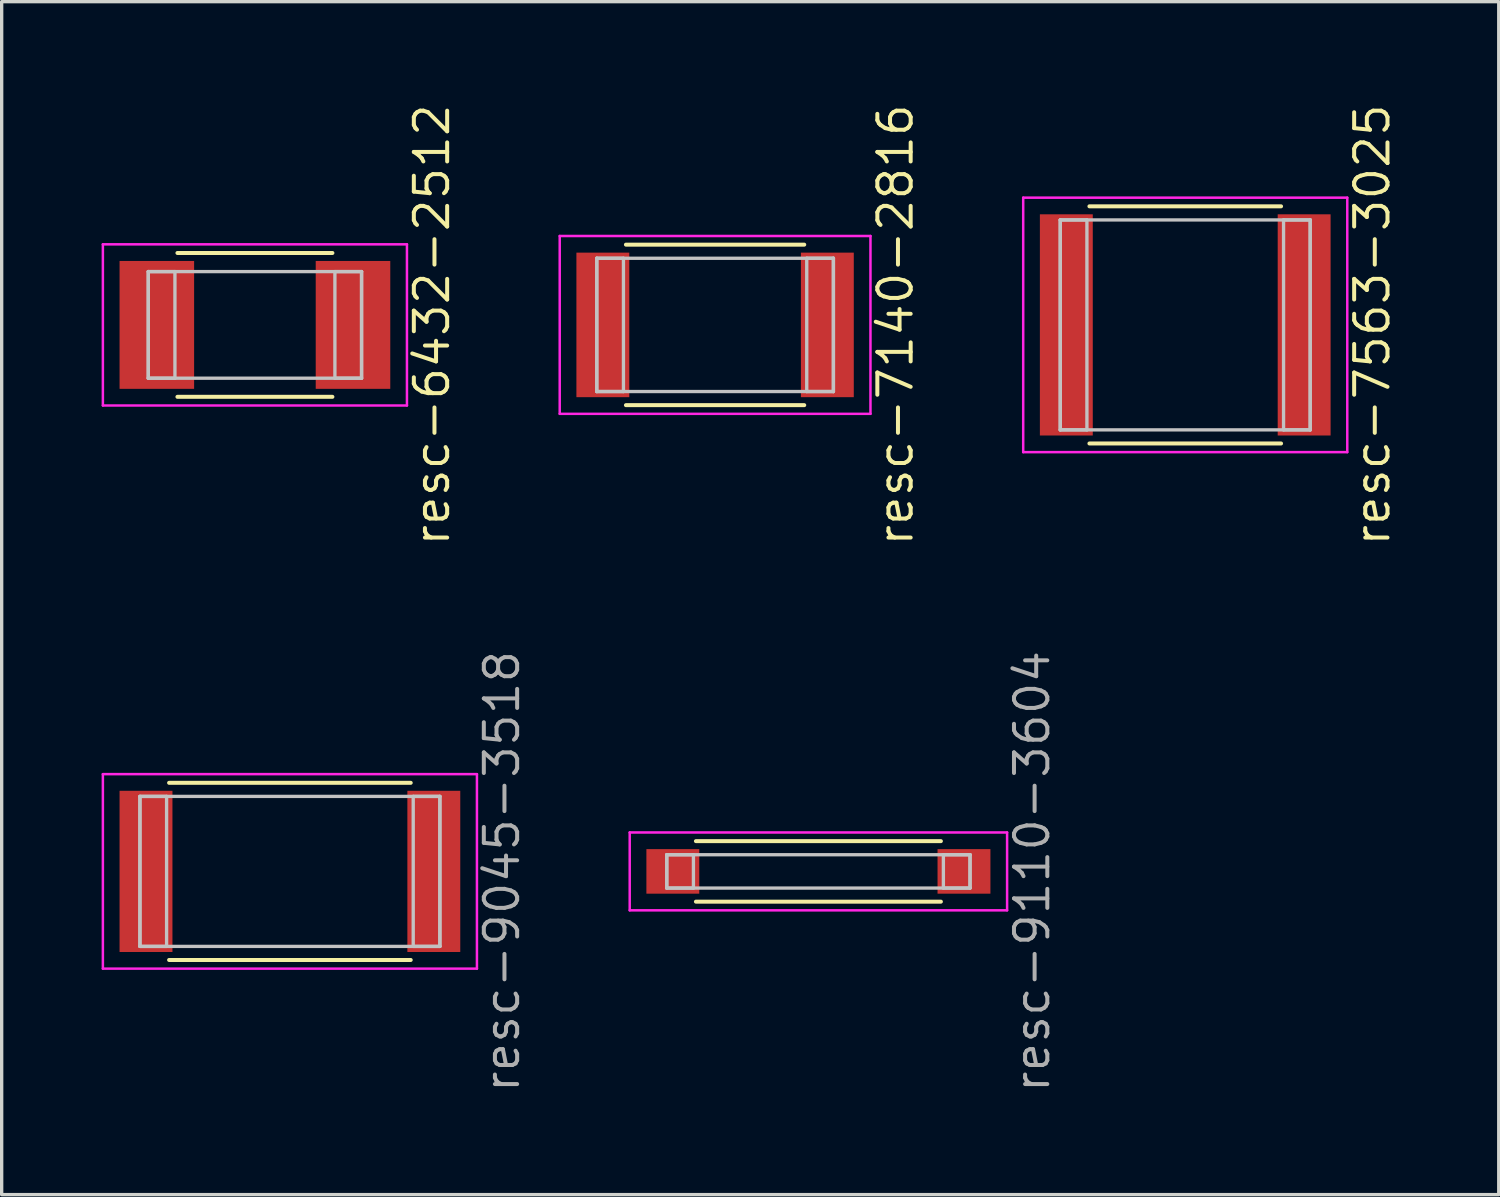
<source format=kicad_pcb>
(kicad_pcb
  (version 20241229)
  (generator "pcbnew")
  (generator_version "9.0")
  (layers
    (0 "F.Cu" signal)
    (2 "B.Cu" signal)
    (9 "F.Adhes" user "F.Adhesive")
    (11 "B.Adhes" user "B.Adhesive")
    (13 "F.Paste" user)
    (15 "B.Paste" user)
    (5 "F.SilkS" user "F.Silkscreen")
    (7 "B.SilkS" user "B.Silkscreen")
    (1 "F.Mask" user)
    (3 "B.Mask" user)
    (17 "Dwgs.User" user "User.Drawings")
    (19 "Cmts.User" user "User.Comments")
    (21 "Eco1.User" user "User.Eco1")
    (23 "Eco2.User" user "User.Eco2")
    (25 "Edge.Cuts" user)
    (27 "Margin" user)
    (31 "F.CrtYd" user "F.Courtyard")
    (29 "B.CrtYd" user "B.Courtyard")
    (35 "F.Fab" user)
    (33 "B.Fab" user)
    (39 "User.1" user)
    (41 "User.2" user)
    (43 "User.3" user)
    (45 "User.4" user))
  (footprint "resc-7140-2816"
    (layer "F.Cu")
    (at 18.407 6.699)
    (property "Reference" "resc-7140-2816" (at 5.412 0 90) (layer "F.SilkS") (effects (font (size 1 1) (thickness 0.12))))
    (attr through_hole)
    (fp_line (start -2.675 -2.408) (end 2.675 -2.408) (stroke (width 0.12) (type solid)) (layer "F.SilkS"))
    (fp_line (start -2.675 2.408) (end 2.675 2.408) (stroke (width 0.12) (type solid)) (layer "F.SilkS"))
    (fp_line (start -3.55 -2) (end -3.55 2) (stroke (width 0.1) (type solid)) (layer "Dwgs.User"))
    (fp_line (start -3.55 -2) (end -3.55 2) (stroke (width 0.1) (type solid)) (layer "Dwgs.User"))
    (fp_line (start -3.55 2) (end -2.75 2) (stroke (width 0.1) (type solid)) (layer "Dwgs.User"))
    (fp_line (start -3.55 2) (end 3.55 2) (stroke (width 0.1) (type solid)) (layer "Dwgs.User"))
    (fp_line (start -2.75 -2) (end -3.55 -2) (stroke (width 0.1) (type solid)) (layer "Dwgs.User"))
    (fp_line (start -2.75 2) (end -2.75 -2) (stroke (width 0.1) (type solid)) (layer "Dwgs.User"))
    (fp_line (start 2.75 -2) (end 2.75 2) (stroke (width 0.1) (type solid)) (layer "Dwgs.User"))
    (fp_line (start 2.75 2) (end 3.55 2) (stroke (width 0.1) (type solid)) (layer "Dwgs.User"))
    (fp_line (start 3.55 -2) (end -3.55 -2) (stroke (width 0.1) (type solid)) (layer "Dwgs.User"))
    (fp_line (start 3.55 -2) (end 2.75 -2) (stroke (width 0.1) (type solid)) (layer "Dwgs.User"))
    (fp_line (start 3.55 2) (end 3.55 -2) (stroke (width 0.1) (type solid)) (layer "Dwgs.User"))
    (fp_line (start 3.55 2) (end 3.55 -2) (stroke (width 0.1) (type solid)) (layer "Dwgs.User"))
    (fp_line (start -4.662 -2.668) (end -4.662 2.668) (stroke (width 0.075) (type solid)) (layer "F.CrtYd"))
    (fp_line (start -4.662 2.668) (end 4.662 2.668) (stroke (width 0.075) (type solid)) (layer "F.CrtYd"))
    (fp_line (start 4.662 -2.668) (end -4.662 -2.668) (stroke (width 0.075) (type solid)) (layer "F.CrtYd"))
    (fp_line (start 4.662 2.668) (end 4.662 -2.668) (stroke (width 0.075) (type solid)) (layer "F.CrtYd"))
    (pad "1" smd rect (at -3.368 0) (size 1.587 4.337) (layers "F.Cu" "F.Mask" "F.Paste"))
    (pad "2" smd rect (at 3.368 0) (size 1.587 4.337) (layers "F.Cu" "F.Mask" "F.Paste")))
  (footprint "resc-9110-3604"
    (layer "F.Cu")
    (at 21.507 23.097)
    (property "Reference" "resc-9110-3604" (at 6.412 0 90) (layer "F.Fab") (effects (font (size 1 1) (thickness 0.12))))
    (attr through_hole)
    (fp_line (start -3.675 -0.908) (end 3.675 -0.908) (stroke (width 0.12) (type solid)) (layer "F.SilkS"))
    (fp_line (start -3.675 0.908) (end 3.675 0.908) (stroke (width 0.12) (type solid)) (layer "F.SilkS"))
    (fp_line (start -4.55 -0.5) (end -4.55 0.5) (stroke (width 0.1) (type solid)) (layer "Dwgs.User"))
    (fp_line (start -4.55 -0.5) (end -4.55 0.5) (stroke (width 0.1) (type solid)) (layer "Dwgs.User"))
    (fp_line (start -4.55 0.5) (end -3.75 0.5) (stroke (width 0.1) (type solid)) (layer "Dwgs.User"))
    (fp_line (start -4.55 0.5) (end 4.55 0.5) (stroke (width 0.1) (type solid)) (layer "Dwgs.User"))
    (fp_line (start -3.75 -0.5) (end -4.55 -0.5) (stroke (width 0.1) (type solid)) (layer "Dwgs.User"))
    (fp_line (start -3.75 0.5) (end -3.75 -0.5) (stroke (width 0.1) (type solid)) (layer "Dwgs.User"))
    (fp_line (start 3.75 -0.5) (end 3.75 0.5) (stroke (width 0.1) (type solid)) (layer "Dwgs.User"))
    (fp_line (start 3.75 0.5) (end 4.55 0.5) (stroke (width 0.1) (type solid)) (layer "Dwgs.User"))
    (fp_line (start 4.55 -0.5) (end -4.55 -0.5) (stroke (width 0.1) (type solid)) (layer "Dwgs.User"))
    (fp_line (start 4.55 -0.5) (end 3.75 -0.5) (stroke (width 0.1) (type solid)) (layer "Dwgs.User"))
    (fp_line (start 4.55 0.5) (end 4.55 -0.5) (stroke (width 0.1) (type solid)) (layer "Dwgs.User"))
    (fp_line (start 4.55 0.5) (end 4.55 -0.5) (stroke (width 0.1) (type solid)) (layer "Dwgs.User"))
    (fp_line (start -5.662 -1.168) (end -5.662 1.168) (stroke (width 0.075) (type solid)) (layer "F.CrtYd"))
    (fp_line (start -5.662 1.168) (end 5.662 1.168) (stroke (width 0.075) (type solid)) (layer "F.CrtYd"))
    (fp_line (start 5.662 -1.168) (end -5.662 -1.168) (stroke (width 0.075) (type solid)) (layer "F.CrtYd"))
    (fp_line (start 5.662 1.168) (end 5.662 -1.168) (stroke (width 0.075) (type solid)) (layer "F.CrtYd"))
    (pad "1" smd rect (at -4.368 0) (size 1.587 1.337) (layers "F.Cu" "F.Mask" "F.Paste"))
    (pad "2" smd rect (at 4.368 0) (size 1.587 1.337) (layers "F.Cu" "F.Mask" "F.Paste")))
  (footprint "resc-6432-2512"
    (layer "F.Cu")
    (at 4.599 6.699)
    (property "Reference" "resc-6432-2512" (at 5.312 0 90) (layer "F.SilkS") (effects (font (size 1 1) (thickness 0.12))))
    (attr through_hole)
    (fp_line (start -2.325 -2.158) (end 2.325 -2.158) (stroke (width 0.12) (type solid)) (layer "F.SilkS"))
    (fp_line (start -2.325 2.158) (end 2.325 2.158) (stroke (width 0.12) (type solid)) (layer "F.SilkS"))
    (fp_line (start -3.2 -1.6) (end -3.2 1.6) (stroke (width 0.1) (type solid)) (layer "Dwgs.User"))
    (fp_line (start -3.2 -1.6) (end -3.2 1.6) (stroke (width 0.1) (type solid)) (layer "Dwgs.User"))
    (fp_line (start -3.2 1.6) (end -2.4 1.6) (stroke (width 0.1) (type solid)) (layer "Dwgs.User"))
    (fp_line (start -3.2 1.6) (end 3.2 1.6) (stroke (width 0.1) (type solid)) (layer "Dwgs.User"))
    (fp_line (start -2.4 -1.6) (end -3.2 -1.6) (stroke (width 0.1) (type solid)) (layer "Dwgs.User"))
    (fp_line (start -2.4 1.6) (end -2.4 -1.6) (stroke (width 0.1) (type solid)) (layer "Dwgs.User"))
    (fp_line (start 2.4 -1.6) (end 2.4 1.6) (stroke (width 0.1) (type solid)) (layer "Dwgs.User"))
    (fp_line (start 2.4 1.6) (end 3.2 1.6) (stroke (width 0.1) (type solid)) (layer "Dwgs.User"))
    (fp_line (start 3.2 -1.6) (end -3.2 -1.6) (stroke (width 0.1) (type solid)) (layer "Dwgs.User"))
    (fp_line (start 3.2 -1.6) (end 2.4 -1.6) (stroke (width 0.1) (type solid)) (layer "Dwgs.User"))
    (fp_line (start 3.2 1.6) (end 3.2 -1.6) (stroke (width 0.1) (type solid)) (layer "Dwgs.User"))
    (fp_line (start 3.2 1.6) (end 3.2 -1.6) (stroke (width 0.1) (type solid)) (layer "Dwgs.User"))
    (fp_line (start -4.562 -2.418) (end -4.562 2.418) (stroke (width 0.075) (type solid)) (layer "F.CrtYd"))
    (fp_line (start -4.562 2.418) (end 4.562 2.418) (stroke (width 0.075) (type solid)) (layer "F.CrtYd"))
    (fp_line (start 4.562 -2.418) (end -4.562 -2.418) (stroke (width 0.075) (type solid)) (layer "F.CrtYd"))
    (fp_line (start 4.562 2.418) (end 4.562 -2.418) (stroke (width 0.075) (type solid)) (layer "F.CrtYd"))
    (pad "1" smd rect (at -2.943 0) (size 2.237 3.837) (layers "F.Cu" "F.Mask" "F.Paste"))
    (pad "2" smd rect (at 2.943 0) (size 2.237 3.837) (layers "F.Cu" "F.Mask" "F.Paste")))
  (footprint "resc-9045-3518"
    (layer "F.Cu")
    (at 5.649 23.097)
    (property "Reference" "resc-9045-3518" (at 6.362 0 90) (layer "F.Fab") (effects (font (size 1 1) (thickness 0.12))))
    (attr through_hole)
    (fp_line (start -3.625 -2.658) (end 3.625 -2.658) (stroke (width 0.12) (type solid)) (layer "F.SilkS"))
    (fp_line (start -3.625 2.658) (end 3.625 2.658) (stroke (width 0.12) (type solid)) (layer "F.SilkS"))
    (fp_line (start -4.5 -2.25) (end -4.5 2.25) (stroke (width 0.1) (type solid)) (layer "Dwgs.User"))
    (fp_line (start -4.5 -2.25) (end -4.5 2.25) (stroke (width 0.1) (type solid)) (layer "Dwgs.User"))
    (fp_line (start -4.5 2.25) (end -3.7 2.25) (stroke (width 0.1) (type solid)) (layer "Dwgs.User"))
    (fp_line (start -4.5 2.25) (end 4.5 2.25) (stroke (width 0.1) (type solid)) (layer "Dwgs.User"))
    (fp_line (start -3.7 -2.25) (end -4.5 -2.25) (stroke (width 0.1) (type solid)) (layer "Dwgs.User"))
    (fp_line (start -3.7 2.25) (end -3.7 -2.25) (stroke (width 0.1) (type solid)) (layer "Dwgs.User"))
    (fp_line (start 3.7 -2.25) (end 3.7 2.25) (stroke (width 0.1) (type solid)) (layer "Dwgs.User"))
    (fp_line (start 3.7 2.25) (end 4.5 2.25) (stroke (width 0.1) (type solid)) (layer "Dwgs.User"))
    (fp_line (start 4.5 -2.25) (end -4.5 -2.25) (stroke (width 0.1) (type solid)) (layer "Dwgs.User"))
    (fp_line (start 4.5 -2.25) (end 3.7 -2.25) (stroke (width 0.1) (type solid)) (layer "Dwgs.User"))
    (fp_line (start 4.5 2.25) (end 4.5 -2.25) (stroke (width 0.1) (type solid)) (layer "Dwgs.User"))
    (fp_line (start 4.5 2.25) (end 4.5 -2.25) (stroke (width 0.1) (type solid)) (layer "Dwgs.User"))
    (fp_line (start -5.612 -2.918) (end -5.612 2.918) (stroke (width 0.075) (type solid)) (layer "F.CrtYd"))
    (fp_line (start -5.612 2.918) (end 5.612 2.918) (stroke (width 0.075) (type solid)) (layer "F.CrtYd"))
    (fp_line (start 5.612 -2.918) (end -5.612 -2.918) (stroke (width 0.075) (type solid)) (layer "F.CrtYd"))
    (fp_line (start 5.612 2.918) (end 5.612 -2.918) (stroke (width 0.075) (type solid)) (layer "F.CrtYd"))
    (pad "1" smd rect (at -4.318 0) (size 1.587 4.837) (layers "F.Cu" "F.Mask" "F.Paste"))
    (pad "2" smd rect (at 4.318 0) (size 1.587 4.837) (layers "F.Cu" "F.Mask" "F.Paste")))
  (footprint "resc-7563-3025"
    (layer "F.Cu")
    (at 32.514 6.699)
    (property "Reference" "resc-7563-3025" (at 5.612 0 90) (layer "F.SilkS") (effects (font (size 1 1) (thickness 0.12))))
    (attr through_hole)
    (fp_line (start -2.875 -3.558) (end 2.875 -3.558) (stroke (width 0.12) (type solid)) (layer "F.SilkS"))
    (fp_line (start -2.875 3.558) (end 2.875 3.558) (stroke (width 0.12) (type solid)) (layer "F.SilkS"))
    (fp_line (start -3.75 -3.15) (end -3.75 3.15) (stroke (width 0.1) (type solid)) (layer "Dwgs.User"))
    (fp_line (start -3.75 -3.15) (end -3.75 3.15) (stroke (width 0.1) (type solid)) (layer "Dwgs.User"))
    (fp_line (start -3.75 3.15) (end -2.95 3.15) (stroke (width 0.1) (type solid)) (layer "Dwgs.User"))
    (fp_line (start -3.75 3.15) (end 3.75 3.15) (stroke (width 0.1) (type solid)) (layer "Dwgs.User"))
    (fp_line (start -2.95 -3.15) (end -3.75 -3.15) (stroke (width 0.1) (type solid)) (layer "Dwgs.User"))
    (fp_line (start -2.95 3.15) (end -2.95 -3.15) (stroke (width 0.1) (type solid)) (layer "Dwgs.User"))
    (fp_line (start 2.95 -3.15) (end 2.95 3.15) (stroke (width 0.1) (type solid)) (layer "Dwgs.User"))
    (fp_line (start 2.95 3.15) (end 3.75 3.15) (stroke (width 0.1) (type solid)) (layer "Dwgs.User"))
    (fp_line (start 3.75 -3.15) (end -3.75 -3.15) (stroke (width 0.1) (type solid)) (layer "Dwgs.User"))
    (fp_line (start 3.75 -3.15) (end 2.95 -3.15) (stroke (width 0.1) (type solid)) (layer "Dwgs.User"))
    (fp_line (start 3.75 3.15) (end 3.75 -3.15) (stroke (width 0.1) (type solid)) (layer "Dwgs.User"))
    (fp_line (start 3.75 3.15) (end 3.75 -3.15) (stroke (width 0.1) (type solid)) (layer "Dwgs.User"))
    (fp_line (start -4.862 -3.818) (end -4.862 3.818) (stroke (width 0.075) (type solid)) (layer "F.CrtYd"))
    (fp_line (start -4.862 3.818) (end 4.862 3.818) (stroke (width 0.075) (type solid)) (layer "F.CrtYd"))
    (fp_line (start 4.862 -3.818) (end -4.862 -3.818) (stroke (width 0.075) (type solid)) (layer "F.CrtYd"))
    (fp_line (start 4.862 3.818) (end 4.862 -3.818) (stroke (width 0.075) (type solid)) (layer "F.CrtYd"))
    (pad "1" smd rect (at -3.568 0) (size 1.587 6.637) (layers "F.Cu" "F.Mask" "F.Paste"))
    (pad "2" smd rect (at 3.568 0) (size 1.587 6.637) (layers "F.Cu" "F.Mask" "F.Paste")))
  (gr_rect
    (start -3 -3)
    (end 41.921 32.796)
    (stroke (width 0.1) (type default))
    (fill no)
    (layer "Edge.Cuts")))
</source>
